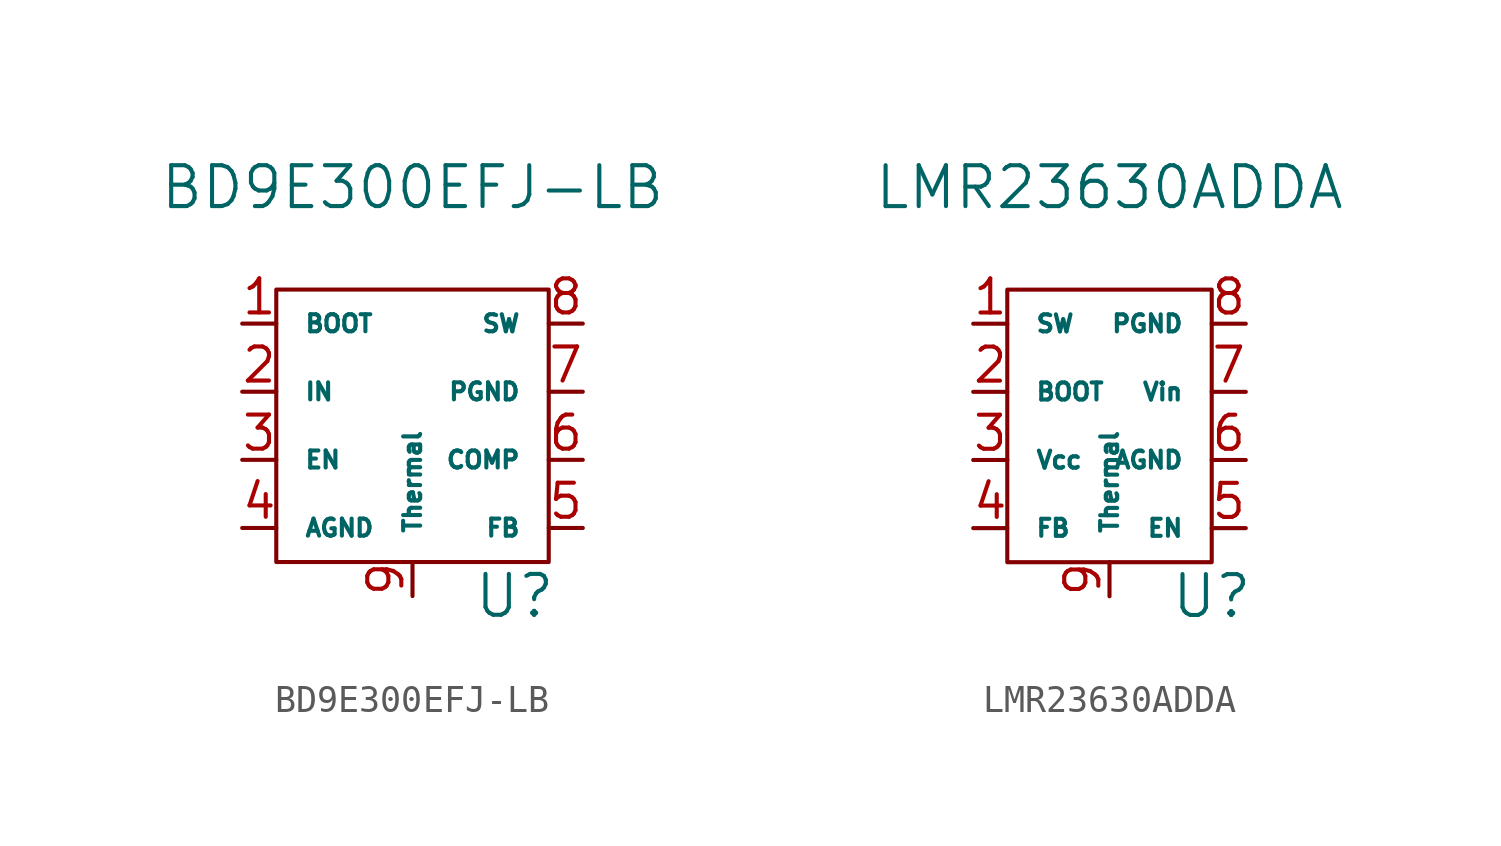
<source format=kicad_sym>
(kicad_symbol_lib
  (version 20211014)
  (generator kicad_symbol_editor)
  (symbol "BD9E300EFJ-LB"
    (pin_names
      (offset 1.016))
    (property "Reference" "U"
      (at 3.81 -6.35 0)
      (effects (font (size 1.524 1.524))))
    (property "Value" "BD9E300EFJ-LB"
      (at 0 8.89 0)
      (effects (font (size 1.524 1.524))))
    (symbol "BD9E300EFJ-LB_0_1"
      (rectangle (start -5.08 5.08) (end 5.08 -5.08) (stroke (width 0) (type default) (color 0 0 0 0)) (fill (type none))))
    (symbol "BD9E300EFJ-LB_1_1"
      (pin input line (at -6.35 3.81 0) (length 1.27) (name "BOOT" (effects (font (size 0.635 0.635)))) (number "1" (effects (font (size 1.27 1.27)))))
      (pin input line (at -6.35 1.27 0) (length 1.27) (name "IN" (effects (font (size 0.635 0.635)))) (number "2" (effects (font (size 1.27 1.27)))))
      (pin input line (at -6.35 -1.27 0) (length 1.27) (name "EN" (effects (font (size 0.635 0.635)))) (number "3" (effects (font (size 1.27 1.27)))))
      (pin input line (at -6.35 -3.81 0) (length 1.27) (name "AGND" (effects (font (size 0.635 0.635)))) (number "4" (effects (font (size 1.27 1.27)))))
      (pin input line (at 6.35 -3.81 180) (length 1.27) (name "FB" (effects (font (size 0.635 0.635)))) (number "5" (effects (font (size 1.27 1.27)))))
      (pin input line (at 6.35 -1.27 180) (length 1.27) (name "COMP" (effects (font (size 0.635 0.635)))) (number "6" (effects (font (size 1.27 1.27)))))
      (pin input line (at 6.35 1.27 180) (length 1.27) (name "PGND" (effects (font (size 0.635 0.635)))) (number "7" (effects (font (size 1.27 1.27)))))
      (pin input line (at 6.35 3.81 180) (length 1.27) (name "SW" (effects (font (size 0.635 0.635)))) (number "8" (effects (font (size 1.27 1.27)))))
      (pin input line (at 0 -6.35 90) (length 1.27) (name "Thermal" (effects (font (size 0.635 0.635)))) (number "9" (effects (font (size 1.27 1.27)))))))
  (symbol "LMR23630ADDA"
    (pin_names
      (offset 1.016))
    (property "Reference" "U"
      (at 3.81 -6.35 0)
      (effects (font (size 1.524 1.524))))
    (property "Value" "LMR23630ADDA"
      (at 0 8.89 0)
      (effects (font (size 1.524 1.524))))
    (symbol "LMR23630ADDA_0_1"
      (rectangle (start -3.81 5.08) (end 3.81 -5.08) (stroke (width 0) (type default) (color 0 0 0 0)) (fill (type none))))
    (symbol "LMR23630ADDA_1_1"
      (pin input line (at -5.08 3.81 0) (length 1.27) (name "SW" (effects (font (size 0.635 0.635)))) (number "1" (effects (font (size 1.27 1.27)))))
      (pin input line (at -5.08 1.27 0) (length 1.27) (name "BOOT" (effects (font (size 0.635 0.635)))) (number "2" (effects (font (size 1.27 1.27)))))
      (pin input line (at -5.08 -1.27 0) (length 1.27) (name "Vcc" (effects (font (size 0.635 0.635)))) (number "3" (effects (font (size 1.27 1.27)))))
      (pin input line (at -5.08 -3.81 0) (length 1.27) (name "FB" (effects (font (size 0.635 0.635)))) (number "4" (effects (font (size 1.27 1.27)))))
      (pin input line (at 5.08 -3.81 180) (length 1.27) (name "EN" (effects (font (size 0.635 0.635)))) (number "5" (effects (font (size 1.27 1.27)))))
      (pin input line (at 5.08 -1.27 180) (length 1.27) (name "AGND" (effects (font (size 0.635 0.635)))) (number "6" (effects (font (size 1.27 1.27)))))
      (pin input line (at 5.08 1.27 180) (length 1.27) (name "Vin" (effects (font (size 0.635 0.635)))) (number "7" (effects (font (size 1.27 1.27)))))
      (pin input line (at 5.08 3.81 180) (length 1.27) (name "PGND" (effects (font (size 0.635 0.635)))) (number "8" (effects (font (size 1.27 1.27)))))
      (pin input line (at 0 -6.35 90) (length 1.27) (name "Thermal" (effects (font (size 0.635 0.635)))) (number "9" (effects (font (size 1.27 1.27))))))))
</source>
